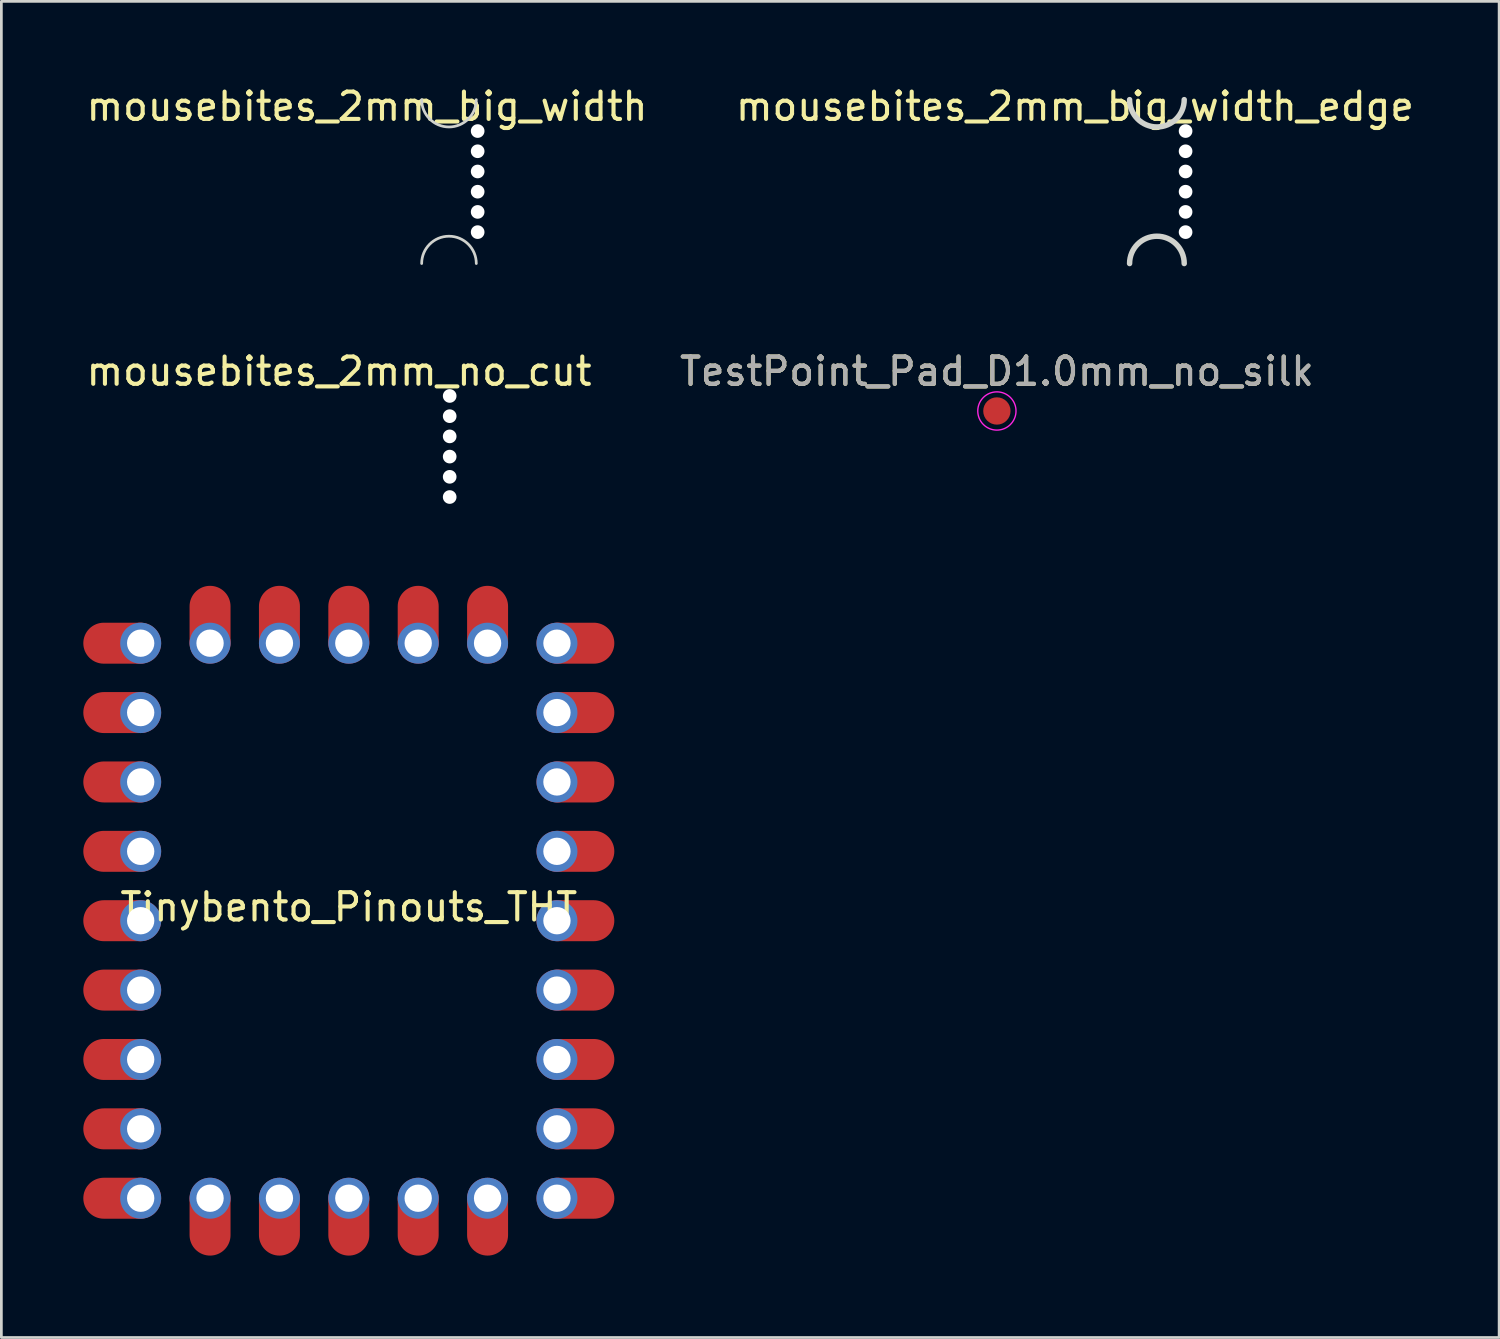
<source format=kicad_pcb>
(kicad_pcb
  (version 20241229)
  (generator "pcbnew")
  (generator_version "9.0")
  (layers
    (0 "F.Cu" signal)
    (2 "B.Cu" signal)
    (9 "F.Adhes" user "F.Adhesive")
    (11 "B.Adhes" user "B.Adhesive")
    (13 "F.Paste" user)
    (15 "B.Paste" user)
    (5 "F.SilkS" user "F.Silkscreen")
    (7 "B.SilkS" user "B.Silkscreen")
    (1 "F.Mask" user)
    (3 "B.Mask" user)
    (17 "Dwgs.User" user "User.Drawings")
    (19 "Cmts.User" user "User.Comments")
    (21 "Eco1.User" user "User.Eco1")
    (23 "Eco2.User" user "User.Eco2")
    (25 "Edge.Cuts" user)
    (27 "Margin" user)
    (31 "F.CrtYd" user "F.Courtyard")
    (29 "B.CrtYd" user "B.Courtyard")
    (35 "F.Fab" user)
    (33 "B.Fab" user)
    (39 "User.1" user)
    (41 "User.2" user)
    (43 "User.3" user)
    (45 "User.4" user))
  (footprint "mousebites_2mm_no_cut"
    (layer "F.Cu")
    (at 13.363 13.296)
    (property "Reference" "mousebites_2mm_no_cut" (at -4 -2.75 0) (layer "F.SilkS") (effects (font (size 1 1) (thickness 0.15))))
    (attr exclude_from_pos_files exclude_from_bom)
    (pad "" np_thru_hole circle (at 0.05 -1.85) (size 0.5 0.5) (drill 0.5) (layers "*.Cu" "*.Mask"))
    (pad "" np_thru_hole circle (at 0.05 -1.11) (size 0.5 0.5) (drill 0.5) (layers "*.Cu" "*.Mask"))
    (pad "" np_thru_hole circle (at 0.05 -0.37) (size 0.5 0.5) (drill 0.5) (layers "*.Cu" "*.Mask"))
    (pad "" np_thru_hole circle (at 0.05 0.37) (size 0.5 0.5) (drill 0.5) (layers "*.Cu" "*.Mask"))
    (pad "" np_thru_hole circle (at 0.05 1.11) (size 0.5 0.5) (drill 0.5) (layers "*.Cu" "*.Mask"))
    (pad "" np_thru_hole circle (at 0.05 1.85) (size 0.5 0.5) (drill 0.5) (layers "*.Cu" "*.Mask")))
  (footprint "Tinybento_Pinouts_THT"
    (layer "F.Cu")
    (at 9.72 30.657)
    (property "Reference" "Tinybento_Pinouts_THT" (at 0 -0.5 0) (unlocked yes) (layer "F.SilkS") (effects (font (size 1 1) (thickness 0.15))))
    (pad "1" thru_hole circle (at 7.62 -10.16 180) (size 1.5 1.5) (drill 1) (layers "*.Cu" "*.Mask"))
    (pad "1" smd oval (at 7.62 -10.16 180) (size 2.8 1.5) (drill (offset -0.7 0)) (layers "F.Cu" "F.Mask" "F.Paste"))
    (pad "2" thru_hole circle (at 7.62 -7.62 180) (size 1.5 1.5) (drill 1) (layers "*.Cu" "*.Mask"))
    (pad "2" smd oval (at 7.62 -7.62 180) (size 2.8 1.5) (drill (offset -0.7 0)) (layers "F.Cu" "F.Mask" "F.Paste"))
    (pad "3" thru_hole circle (at 7.62 -5.08 180) (size 1.5 1.5) (drill 1) (layers "*.Cu" "*.Mask"))
    (pad "3" smd oval (at 7.62 -5.08 180) (size 2.8 1.5) (drill (offset -0.7 0)) (layers "F.Cu" "F.Mask" "F.Paste"))
    (pad "4" thru_hole circle (at 7.62 -2.54 180) (size 1.5 1.5) (drill 1) (layers "*.Cu" "*.Mask"))
    (pad "4" smd oval (at 7.62 -2.54 180) (size 2.8 1.5) (drill (offset -0.7 0)) (layers "F.Cu" "F.Mask" "F.Paste"))
    (pad "5" thru_hole circle (at 7.62 0 180) (size 1.5 1.5) (drill 1) (layers "*.Cu" "*.Mask"))
    (pad "5" smd oval (at 7.62 0 180) (size 2.8 1.5) (drill (offset -0.7 0)) (layers "F.Cu" "F.Mask" "F.Paste"))
    (pad "6" thru_hole circle (at 7.62 2.54 180) (size 1.5 1.5) (drill 1) (layers "*.Cu" "*.Mask"))
    (pad "6" smd oval (at 7.62 2.54 180) (size 2.8 1.5) (drill (offset -0.7 0)) (layers "F.Cu" "F.Mask" "F.Paste"))
    (pad "7" thru_hole circle (at 7.62 5.08 180) (size 1.5 1.5) (drill 1) (layers "*.Cu" "*.Mask"))
    (pad "7" smd oval (at 7.62 5.08 180) (size 2.8 1.5) (drill (offset -0.7 0)) (layers "F.Cu" "F.Mask" "F.Paste"))
    (pad "8" thru_hole circle (at 7.62 7.62 180) (size 1.5 1.5) (drill 1) (layers "*.Cu" "*.Mask"))
    (pad "8" smd oval (at 7.62 7.62 180) (size 2.8 1.5) (drill (offset -0.7 0)) (layers "F.Cu" "F.Mask" "F.Paste"))
    (pad "9" thru_hole circle (at 7.62 10.16 180) (size 1.5 1.5) (drill 1) (layers "*.Cu" "*.Mask"))
    (pad "9" smd oval (at 7.62 10.16 180) (size 2.8 1.5) (drill (offset -0.7 0)) (layers "F.Cu" "F.Mask" "F.Paste"))
    (pad "10" thru_hole circle (at 5.08 10.16 90) (size 1.5 1.5) (drill 1) (layers "*.Cu" "*.Mask"))
    (pad "10" smd oval (at 5.08 10.16 90) (size 2.8 1.5) (drill (offset -0.7 0)) (layers "F.Cu" "F.Mask" "F.Paste"))
    (pad "11" thru_hole circle (at 2.54 10.16 90) (size 1.5 1.5) (drill 1) (layers "*.Cu" "*.Mask"))
    (pad "11" smd oval (at 2.54 10.16 90) (size 2.8 1.5) (drill (offset -0.7 0)) (layers "F.Cu" "F.Mask" "F.Paste"))
    (pad "12" thru_hole circle (at 0 10.16 90) (size 1.5 1.5) (drill 1) (layers "*.Cu" "*.Mask"))
    (pad "12" smd oval (at 0 10.16 90) (size 2.8 1.5) (drill (offset -0.7 0)) (layers "F.Cu" "F.Mask" "F.Paste"))
    (pad "13" thru_hole circle (at -2.54 10.16 90) (size 1.5 1.5) (drill 1) (layers "*.Cu" "*.Mask"))
    (pad "13" smd oval (at -2.54 10.16 90) (size 2.8 1.5) (drill (offset -0.7 0)) (layers "F.Cu" "F.Mask" "F.Paste"))
    (pad "14" thru_hole circle (at -5.08 10.16 90) (size 1.5 1.5) (drill 1) (layers "*.Cu" "*.Mask"))
    (pad "14" smd oval (at -5.08 10.16 90) (size 2.8 1.5) (drill (offset -0.7 0)) (layers "F.Cu" "F.Mask" "F.Paste"))
    (pad "15" thru_hole circle (at -7.62 10.16) (size 1.5 1.5) (drill 1) (layers "*.Cu" "*.Mask"))
    (pad "15" smd oval (at -7.62 10.16) (size 2.8 1.5) (drill (offset -0.7 0)) (layers "F.Cu" "F.Mask" "F.Paste"))
    (pad "16" thru_hole circle (at -7.62 7.62) (size 1.5 1.5) (drill 1) (layers "*.Cu" "*.Mask"))
    (pad "16" smd oval (at -7.62 7.62) (size 2.8 1.5) (drill (offset -0.7 0)) (layers "F.Cu" "F.Mask" "F.Paste"))
    (pad "17" thru_hole circle (at -7.62 5.08) (size 1.5 1.5) (drill 1) (layers "*.Cu" "*.Mask"))
    (pad "17" smd oval (at -7.62 5.08) (size 2.8 1.5) (drill (offset -0.7 0)) (layers "F.Cu" "F.Mask" "F.Paste"))
    (pad "18" thru_hole circle (at -7.62 2.54) (size 1.5 1.5) (drill 1) (layers "*.Cu" "*.Mask"))
    (pad "18" smd oval (at -7.62 2.54) (size 2.8 1.5) (drill (offset -0.7 0)) (layers "F.Cu" "F.Mask" "F.Paste"))
    (pad "19" thru_hole circle (at -7.62 0) (size 1.5 1.5) (drill 1) (layers "*.Cu" "*.Mask"))
    (pad "19" smd oval (at -7.62 0) (size 2.8 1.5) (drill (offset -0.7 0)) (layers "F.Cu" "F.Mask" "F.Paste"))
    (pad "20" thru_hole circle (at -7.62 -2.54) (size 1.5 1.5) (drill 1) (layers "*.Cu" "*.Mask"))
    (pad "20" smd oval (at -7.62 -2.54) (size 2.8 1.5) (drill (offset -0.7 0)) (layers "F.Cu" "F.Mask" "F.Paste"))
    (pad "21" thru_hole circle (at -7.62 -5.08) (size 1.5 1.5) (drill 1) (layers "*.Cu" "*.Mask"))
    (pad "21" smd oval (at -7.62 -5.08) (size 2.8 1.5) (drill (offset -0.7 0)) (layers "F.Cu" "F.Mask" "F.Paste"))
    (pad "22" thru_hole circle (at -7.62 -7.62) (size 1.5 1.5) (drill 1) (layers "*.Cu" "*.Mask"))
    (pad "22" smd oval (at -7.62 -7.62) (size 2.8 1.5) (drill (offset -0.7 0)) (layers "F.Cu" "F.Mask" "F.Paste"))
    (pad "23" thru_hole circle (at -7.62 -10.16) (size 1.5 1.5) (drill 1) (layers "*.Cu" "*.Mask"))
    (pad "23" smd oval (at -7.62 -10.16) (size 2.8 1.5) (drill (offset -0.7 0)) (layers "F.Cu" "F.Mask" "F.Paste"))
    (pad "24" thru_hole circle (at -5.08 -10.16 270) (size 1.5 1.5) (drill 1) (layers "*.Cu" "*.Mask"))
    (pad "24" smd oval (at -5.08 -10.16 270) (size 2.8 1.5) (drill (offset -0.7 0)) (layers "F.Cu" "F.Mask" "F.Paste"))
    (pad "25" thru_hole circle (at -2.54 -10.16 270) (size 1.5 1.5) (drill 1) (layers "*.Cu" "*.Mask"))
    (pad "25" smd oval (at -2.54 -10.16 270) (size 2.8 1.5) (drill (offset -0.7 0)) (layers "F.Cu" "F.Mask" "F.Paste"))
    (pad "26" thru_hole circle (at 0 -10.16 270) (size 1.5 1.5) (drill 1) (layers "*.Cu" "*.Mask"))
    (pad "26" smd oval (at 0 -10.16 270) (size 2.8 1.5) (drill (offset -0.7 0)) (layers "F.Cu" "F.Mask" "F.Paste"))
    (pad "27" thru_hole circle (at 2.54 -10.16 270) (size 1.5 1.5) (drill 1) (layers "*.Cu" "*.Mask"))
    (pad "27" smd oval (at 2.54 -10.16 270) (size 2.8 1.5) (drill (offset -0.7 0)) (layers "F.Cu" "F.Mask" "F.Paste"))
    (pad "28" thru_hole circle (at 5.08 -10.16 270) (size 1.5 1.5) (drill 1) (layers "*.Cu" "*.Mask"))
    (pad "28" smd oval (at 5.08 -10.16 270) (size 2.8 1.5) (drill (offset -0.7 0)) (layers "F.Cu" "F.Mask" "F.Paste")))
  (footprint "TestPoint_Pad_D1.0mm_no_silk"
    (layer "F.Cu")
    (at 33.446 11.996)
    (property "Reference" "TestPoint_Pad_D1.0mm_no_silk" (at 0 -1.448 0) (layer "F.SilkS") (effects (font (size 1 1) (thickness 0.15))))
    (attr exclude_from_pos_files exclude_from_bom)
    (fp_circle (center 0 0) (end 0.7 0) (stroke (width 0.05) (type solid)) (fill no) (layer "F.CrtYd"))
    (fp_text user "${REFERENCE}" (at 0 -1.45 0) (layer "F.Fab") (effects (font (size 1 1) (thickness 0.15))))
    (pad "1" smd circle (at 0 0) (size 1 1) (layers "F.Cu" "F.Mask")))
  (footprint "mousebites_2mm_big_width_edge"
    (layer "F.Cu")
    (at 40.304 3.598)
    (property "Reference" "mousebites_2mm_big_width_edge" (at -4 -2.75 0) (layer "F.SilkS") (effects (font (size 1 1) (thickness 0.15))))
    (attr exclude_from_pos_files exclude_from_bom)
    (fp_arc (start -2 3) (mid -1 2) (end 0 3) (stroke (width 0.2) (type solid)) (layer "Edge.Cuts"))
    (fp_arc (start 0 -3) (mid -1 -2) (end -2 -3) (stroke (width 0.2) (type solid)) (layer "Edge.Cuts"))
    (pad "" np_thru_hole circle (at 0.05 -1.85) (size 0.5 0.5) (drill 0.5) (layers "*.Cu" "*.Mask"))
    (pad "" np_thru_hole circle (at 0.05 -1.11) (size 0.5 0.5) (drill 0.5) (layers "*.Cu" "*.Mask"))
    (pad "" np_thru_hole circle (at 0.05 -0.37) (size 0.5 0.5) (drill 0.5) (layers "*.Cu" "*.Mask"))
    (pad "" np_thru_hole circle (at 0.05 0.37) (size 0.5 0.5) (drill 0.5) (layers "*.Cu" "*.Mask"))
    (pad "" np_thru_hole circle (at 0.05 1.11) (size 0.5 0.5) (drill 0.5) (layers "*.Cu" "*.Mask"))
    (pad "" np_thru_hole circle (at 0.05 1.85) (size 0.5 0.5) (drill 0.5) (layers "*.Cu" "*.Mask")))
  (footprint "mousebites_2mm_big_width"
    (layer "F.Cu")
    (at 14.387 3.598)
    (property "Reference" "mousebites_2mm_big_width" (at -4 -2.75 0) (layer "F.SilkS") (effects (font (size 1 1) (thickness 0.15))))
    (attr exclude_from_pos_files exclude_from_bom)
    (fp_arc (start -2 3) (mid -1 2) (end 0 3) (stroke (width 0.1) (type solid)) (layer "Edge.Cuts"))
    (fp_arc (start 0 -3) (mid -1 -2) (end -2 -3) (stroke (width 0.1) (type solid)) (layer "Edge.Cuts"))
    (pad "" np_thru_hole circle (at 0.05 -1.85) (size 0.5 0.5) (drill 0.5) (layers "*.Cu" "*.Mask"))
    (pad "" np_thru_hole circle (at 0.05 -1.11) (size 0.5 0.5) (drill 0.5) (layers "*.Cu" "*.Mask"))
    (pad "" np_thru_hole circle (at 0.05 -0.37) (size 0.5 0.5) (drill 0.5) (layers "*.Cu" "*.Mask"))
    (pad "" np_thru_hole circle (at 0.05 0.37) (size 0.5 0.5) (drill 0.5) (layers "*.Cu" "*.Mask"))
    (pad "" np_thru_hole circle (at 0.05 1.11) (size 0.5 0.5) (drill 0.5) (layers "*.Cu" "*.Mask"))
    (pad "" np_thru_hole circle (at 0.05 1.85) (size 0.5 0.5) (drill 0.5) (layers "*.Cu" "*.Mask")))
  (gr_rect
    (start -3 -3)
    (end 51.833 45.916)
    (stroke (width 0.1) (type default))
    (fill no)
    (layer "Edge.Cuts")))
</source>
